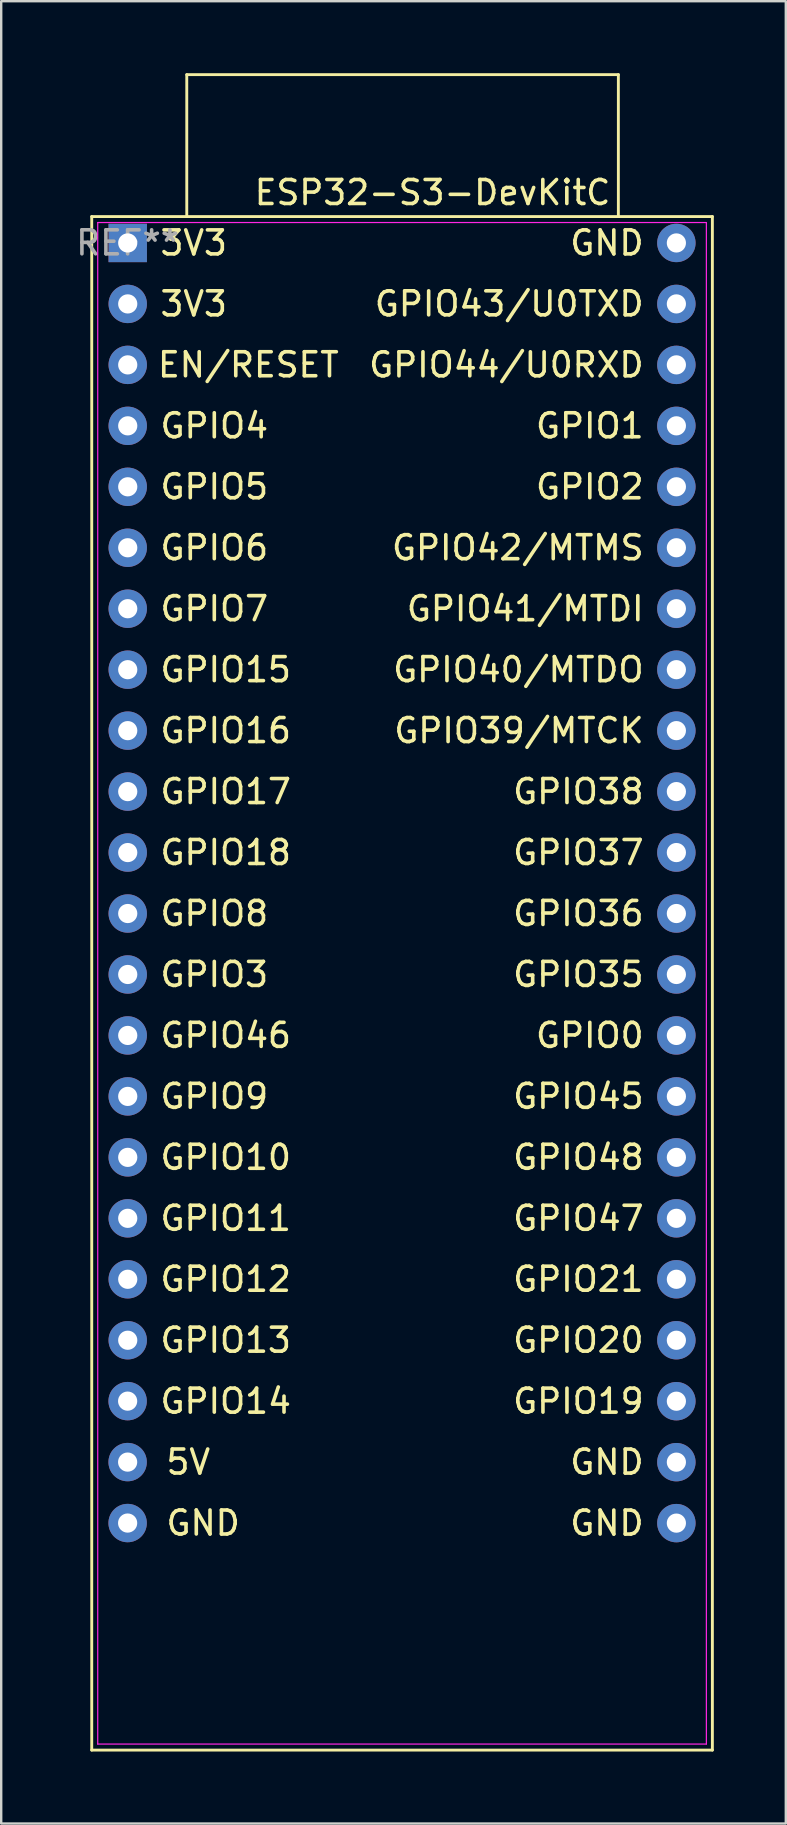
<source format=kicad_pcb>
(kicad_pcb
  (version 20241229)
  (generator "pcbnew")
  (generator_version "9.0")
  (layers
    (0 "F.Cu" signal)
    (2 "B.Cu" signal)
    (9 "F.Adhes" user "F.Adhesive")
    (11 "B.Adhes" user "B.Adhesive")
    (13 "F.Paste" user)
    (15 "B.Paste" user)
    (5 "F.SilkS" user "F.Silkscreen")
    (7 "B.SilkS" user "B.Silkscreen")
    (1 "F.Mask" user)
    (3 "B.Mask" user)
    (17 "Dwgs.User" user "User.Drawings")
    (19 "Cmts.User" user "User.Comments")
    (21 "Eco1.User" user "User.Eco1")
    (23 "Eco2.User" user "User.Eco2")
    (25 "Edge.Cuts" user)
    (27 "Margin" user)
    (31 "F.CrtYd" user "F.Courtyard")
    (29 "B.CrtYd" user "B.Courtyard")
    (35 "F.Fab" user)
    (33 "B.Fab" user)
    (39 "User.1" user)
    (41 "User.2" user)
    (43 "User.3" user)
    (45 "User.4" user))
  (footprint "ESP32-S3-DevKitC"
    (layer "F.Cu")
    (at 2.272 7.073)
    (property "Reference" "ESP32-S3-DevKitC" (at 12.7 -2.1 0) (layer "F.SilkS") (effects (font (size 1 1) (thickness 0.15))))
    (attr through_hole)
    (fp_line (start -1.5 62.797) (end 24.36 62.797) (stroke (width 0.12) (type solid)) (layer "F.SilkS"))
    (fp_line (start -1.5 -1.1) (end -1.5 62.797) (stroke (width 0.12) (type solid)) (layer "F.SilkS"))
    (fp_line (start 2.46 -7.013) (end 20.443 -7.013) (stroke (width 0.12) (type solid)) (layer "F.SilkS"))
    (fp_line (start 2.46 -1.12) (end 2.46 -7.013) (stroke (width 0.12) (type solid)) (layer "F.SilkS"))
    (fp_line (start 20.443 -7.013) (end 20.443 -1.12) (stroke (width 0.12) (type solid)) (layer "F.SilkS"))
    (fp_line (start 24.36 62.797) (end 24.36 -1.1) (stroke (width 0.12) (type solid)) (layer "F.SilkS"))
    (fp_line (start 24.36 -1.1) (end -1.5 -1.1) (stroke (width 0.12) (type solid)) (layer "F.SilkS"))
    (fp_line (start -1.25 -0.85) (end 24.11 -0.85) (stroke (width 0.05) (type solid)) (layer "F.CrtYd"))
    (fp_line (start -1.25 62.547) (end -1.25 -0.85) (stroke (width 0.05) (type solid)) (layer "F.CrtYd"))
    (fp_line (start 24.11 -0.85) (end 24.11 62.547) (stroke (width 0.05) (type solid)) (layer "F.CrtYd"))
    (fp_line (start 24.11 62.547) (end -1.25 62.547) (stroke (width 0.05) (type solid)) (layer "F.CrtYd"))
    (fp_text user "GPIO20" (at 21.59 45.72 0) (unlocked yes) (layer "F.SilkS") (effects (font (size 1 1) (thickness 0.15)) (justify right)))
    (fp_text user "GPIO12" (at 1.27 43.18 0) (unlocked yes) (layer "F.SilkS") (effects (font (size 1 1) (thickness 0.15)) (justify left)))
    (fp_text user "GPIO10" (at 1.27 38.1 0) (unlocked yes) (layer "F.SilkS") (effects (font (size 1 1) (thickness 0.15)) (justify left)))
    (fp_text user "GND" (at 21.59 50.8 0) (unlocked yes) (layer "F.SilkS") (effects (font (size 1 1) (thickness 0.15)) (justify right)))
    (fp_text user "GPIO48" (at 21.59 38.1 0) (unlocked yes) (layer "F.SilkS") (effects (font (size 1 1) (thickness 0.15)) (justify right)))
    (fp_text user "GPIO37" (at 21.59 25.4 0) (unlocked yes) (layer "F.SilkS") (effects (font (size 1 1) (thickness 0.15)) (justify right)))
    (fp_text user "GPIO42/MTMS" (at 21.59 12.7 0) (unlocked yes) (layer "F.SilkS") (effects (font (size 1 1) (thickness 0.15)) (justify right)))
    (fp_text user "3V3" (at 1.27 2.54 0) (unlocked yes) (layer "F.SilkS") (effects (font (size 1 1) (thickness 0.15)) (justify left)))
    (fp_text user "GPIO39/MTCK" (at 21.59 20.32 0) (unlocked yes) (layer "F.SilkS") (effects (font (size 1 1) (thickness 0.15)) (justify right)))
    (fp_text user "GPIO16" (at 1.27 20.32 0) (unlocked yes) (layer "F.SilkS") (effects (font (size 1 1) (thickness 0.15)) (justify left)))
    (fp_text user "GPIO35" (at 21.59 30.48 0) (unlocked yes) (layer "F.SilkS") (effects (font (size 1 1) (thickness 0.15)) (justify right)))
    (fp_text user "GPIO7" (at 1.27 15.24 0) (unlocked yes) (layer "F.SilkS") (effects (font (size 1 1) (thickness 0.15)) (justify left)))
    (fp_text user "GPIO3" (at 1.27 30.48 0) (unlocked yes) (layer "F.SilkS") (effects (font (size 1 1) (thickness 0.15)) (justify left)))
    (fp_text user "GPIO47" (at 21.59 40.64 0) (unlocked yes) (layer "F.SilkS") (effects (font (size 1 1) (thickness 0.15)) (justify right)))
    (fp_text user "GPIO9" (at 1.27 35.56 0) (unlocked yes) (layer "F.SilkS") (effects (font (size 1 1) (thickness 0.15)) (justify left)))
    (fp_text user "GPIO44/U0RXD" (at 21.59 5.08 0) (unlocked yes) (layer "F.SilkS") (effects (font (size 1 1) (thickness 0.15)) (justify right)))
    (fp_text user "GPIO8" (at 1.27 27.94 0) (unlocked yes) (layer "F.SilkS") (effects (font (size 1 1) (thickness 0.15)) (justify left)))
    (fp_text user "GPIO5" (at 1.27 10.16 0) (unlocked yes) (layer "F.SilkS") (effects (font (size 1 1) (thickness 0.15)) (justify left)))
    (fp_text user "GPIO15" (at 1.27 17.78 0) (unlocked yes) (layer "F.SilkS") (effects (font (size 1 1) (thickness 0.15)) (justify left)))
    (fp_text user "GPIO21" (at 21.59 43.18 0) (unlocked yes) (layer "F.SilkS") (effects (font (size 1 1) (thickness 0.15)) (justify right)))
    (fp_text user "GND" (at 21.59 53.34 0) (unlocked yes) (layer "F.SilkS") (effects (font (size 1 1) (thickness 0.15)) (justify right)))
    (fp_text user "5V" (at 1.52 50.797 0) (unlocked yes) (layer "F.SilkS") (effects (font (size 1 1) (thickness 0.15)) (justify left)))
    (fp_text user "GND" (at 21.59 0 0) (unlocked yes) (layer "F.SilkS") (effects (font (size 1 1) (thickness 0.15)) (justify right)))
    (fp_text user "GPIO13" (at 1.27 45.72 0) (unlocked yes) (layer "F.SilkS") (effects (font (size 1 1) (thickness 0.15)) (justify left)))
    (fp_text user "GPIO4" (at 1.27 7.62 0) (unlocked yes) (layer "F.SilkS") (effects (font (size 1 1) (thickness 0.15)) (justify left)))
    (fp_text user "GPIO6" (at 1.27 12.7 0) (unlocked yes) (layer "F.SilkS") (effects (font (size 1 1) (thickness 0.15)) (justify left)))
    (fp_text user "GPIO38" (at 21.59 22.86 0) (unlocked yes) (layer "F.SilkS") (effects (font (size 1 1) (thickness 0.15)) (justify right)))
    (fp_text user "3V3" (at 1.27 0 0) (unlocked yes) (layer "F.SilkS") (effects (font (size 1 1) (thickness 0.15)) (justify left)))
    (fp_text user "GPIO43/U0TXD" (at 21.59 2.54 0) (unlocked yes) (layer "F.SilkS") (effects (font (size 1 1) (thickness 0.15)) (justify right)))
    (fp_text user "GPIO1" (at 21.59 7.62 0) (unlocked yes) (layer "F.SilkS") (effects (font (size 1 1) (thickness 0.15)) (justify right)))
    (fp_text user "GPIO46" (at 1.27 33.02 0) (unlocked yes) (layer "F.SilkS") (effects (font (size 1 1) (thickness 0.15)) (justify left)))
    (fp_text user "GPIO45" (at 21.59 35.56 0) (unlocked yes) (layer "F.SilkS") (effects (font (size 1 1) (thickness 0.15)) (justify right)))
    (fp_text user "GPIO19" (at 21.59 48.26 0) (unlocked yes) (layer "F.SilkS") (effects (font (size 1 1) (thickness 0.15)) (justify right)))
    (fp_text user "GPIO2" (at 21.59 10.16 0) (unlocked yes) (layer "F.SilkS") (effects (font (size 1 1) (thickness 0.15)) (justify right)))
    (fp_text user "GPIO11" (at 1.27 40.64 0) (unlocked yes) (layer "F.SilkS") (effects (font (size 1 1) (thickness 0.15)) (justify left)))
    (fp_text user "GPIO36" (at 21.59 27.94 0) (unlocked yes) (layer "F.SilkS") (effects (font (size 1 1) (thickness 0.15)) (justify right)))
    (fp_text user "GPIO17" (at 1.27 22.86 0) (unlocked yes) (layer "F.SilkS") (effects (font (size 1 1) (thickness 0.15)) (justify left)))
    (fp_text user "GPIO41/MTDI" (at 21.59 15.24 0) (unlocked yes) (layer "F.SilkS") (effects (font (size 1 1) (thickness 0.15)) (justify right)))
    (fp_text user "GPIO18" (at 1.27 25.4 0) (unlocked yes) (layer "F.SilkS") (effects (font (size 1 1) (thickness 0.15)) (justify left)))
    (fp_text user "GPIO40/MTDO" (at 21.59 17.78 0) (unlocked yes) (layer "F.SilkS") (effects (font (size 1 1) (thickness 0.15)) (justify right)))
    (fp_text user "GPIO0" (at 21.59 33.02 0) (unlocked yes) (layer "F.SilkS") (effects (font (size 1 1) (thickness 0.15)) (justify right)))
    (fp_text user "GPIO14" (at 1.27 48.26 0) (unlocked yes) (layer "F.SilkS") (effects (font (size 1 1) (thickness 0.15)) (justify left)))
    (fp_text user "EN/RESET" (at 8.886 5.077 0) (unlocked yes) (layer "F.SilkS") (effects (font (size 1 1) (thickness 0.15)) (justify right)))
    (fp_text user "GND" (at 1.52 53.337 0) (unlocked yes) (layer "F.SilkS") (effects (font (size 1 1) (thickness 0.15)) (justify left)))
    (fp_text user "REF**" (at -0.004 -0.003 0) (layer "F.Fab") (effects (font (size 1 1) (thickness 0.15))))
    (pad "1" thru_hole rect (at 0 0 270) (size 1.6 1.6) (drill 0.8) (layers "*.Cu" "*.Mask"))
    (pad "2" thru_hole oval (at 0 2.54 270) (size 1.6 1.6) (drill 0.8) (layers "*.Cu" "*.Mask"))
    (pad "3" thru_hole oval (at 0 5.08 270) (size 1.6 1.6) (drill 0.8) (layers "*.Cu" "*.Mask"))
    (pad "4" thru_hole oval (at 0 7.62 270) (size 1.6 1.6) (drill 0.8) (layers "*.Cu" "*.Mask"))
    (pad "5" thru_hole oval (at 0 10.16 270) (size 1.6 1.6) (drill 0.8) (layers "*.Cu" "*.Mask"))
    (pad "6" thru_hole oval (at 0 12.7 270) (size 1.6 1.6) (drill 0.8) (layers "*.Cu" "*.Mask"))
    (pad "7" thru_hole oval (at 0 15.24 270) (size 1.6 1.6) (drill 0.8) (layers "*.Cu" "*.Mask"))
    (pad "8" thru_hole oval (at 0 17.78 270) (size 1.6 1.6) (drill 0.8) (layers "*.Cu" "*.Mask"))
    (pad "9" thru_hole oval (at 0 20.32 270) (size 1.6 1.6) (drill 0.8) (layers "*.Cu" "*.Mask"))
    (pad "10" thru_hole oval (at 0 22.86 270) (size 1.6 1.6) (drill 0.8) (layers "*.Cu" "*.Mask"))
    (pad "11" thru_hole oval (at 0 25.4 270) (size 1.6 1.6) (drill 0.8) (layers "*.Cu" "*.Mask"))
    (pad "12" thru_hole oval (at 0 27.94 270) (size 1.6 1.6) (drill 0.8) (layers "*.Cu" "*.Mask"))
    (pad "13" thru_hole oval (at 0 30.48 270) (size 1.6 1.6) (drill 0.8) (layers "*.Cu" "*.Mask"))
    (pad "14" thru_hole oval (at 0 33.02 270) (size 1.6 1.6) (drill 0.8) (layers "*.Cu" "*.Mask"))
    (pad "15" thru_hole oval (at 0 35.56 270) (size 1.6 1.6) (drill 0.8) (layers "*.Cu" "*.Mask"))
    (pad "16" thru_hole oval (at 0 38.1 270) (size 1.6 1.6) (drill 0.8) (layers "*.Cu" "*.Mask"))
    (pad "17" thru_hole oval (at 0 40.64 270) (size 1.6 1.6) (drill 0.8) (layers "*.Cu" "*.Mask"))
    (pad "18" thru_hole oval (at 0 43.18 270) (size 1.6 1.6) (drill 0.8) (layers "*.Cu" "*.Mask"))
    (pad "19" thru_hole oval (at 0 45.72 270) (size 1.6 1.6) (drill 0.8) (layers "*.Cu" "*.Mask"))
    (pad "20" thru_hole oval (at -0.004 48.257 270) (size 1.6 1.6) (drill 0.8) (layers "*.Cu" "*.Mask"))
    (pad "21" thru_hole oval (at -0.004 50.797 270) (size 1.6 1.6) (drill 0.8) (layers "*.Cu" "*.Mask"))
    (pad "22" thru_hole oval (at -0.004 53.337 270) (size 1.6 1.6) (drill 0.8) (layers "*.Cu" "*.Mask"))
    (pad "23" thru_hole oval (at 22.86 53.34 270) (size 1.6 1.6) (drill 0.8) (layers "*.Cu" "*.Mask"))
    (pad "24" thru_hole oval (at 22.86 50.8 270) (size 1.6 1.6) (drill 0.8) (layers "*.Cu" "*.Mask"))
    (pad "25" thru_hole oval (at 22.86 48.26 270) (size 1.6 1.6) (drill 0.8) (layers "*.Cu" "*.Mask"))
    (pad "26" thru_hole oval (at 22.86 45.72 270) (size 1.6 1.6) (drill 0.8) (layers "*.Cu" "*.Mask"))
    (pad "27" thru_hole oval (at 22.86 43.18 270) (size 1.6 1.6) (drill 0.8) (layers "*.Cu" "*.Mask"))
    (pad "28" thru_hole oval (at 22.86 40.64 270) (size 1.6 1.6) (drill 0.8) (layers "*.Cu" "*.Mask"))
    (pad "29" thru_hole oval (at 22.86 38.1 270) (size 1.6 1.6) (drill 0.8) (layers "*.Cu" "*.Mask"))
    (pad "30" thru_hole oval (at 22.86 35.56 270) (size 1.6 1.6) (drill 0.8) (layers "*.Cu" "*.Mask"))
    (pad "31" thru_hole oval (at 22.86 33.02 270) (size 1.6 1.6) (drill 0.8) (layers "*.Cu" "*.Mask"))
    (pad "32" thru_hole oval (at 22.86 30.48 270) (size 1.6 1.6) (drill 0.8) (layers "*.Cu" "*.Mask"))
    (pad "33" thru_hole oval (at 22.86 27.94 270) (size 1.6 1.6) (drill 0.8) (layers "*.Cu" "*.Mask"))
    (pad "34" thru_hole oval (at 22.86 25.4 270) (size 1.6 1.6) (drill 0.8) (layers "*.Cu" "*.Mask"))
    (pad "35" thru_hole oval (at 22.86 22.86 270) (size 1.6 1.6) (drill 0.8) (layers "*.Cu" "*.Mask"))
    (pad "36" thru_hole oval (at 22.86 20.32 270) (size 1.6 1.6) (drill 0.8) (layers "*.Cu" "*.Mask"))
    (pad "37" thru_hole oval (at 22.86 17.78 270) (size 1.6 1.6) (drill 0.8) (layers "*.Cu" "*.Mask"))
    (pad "38" thru_hole oval (at 22.86 15.24 270) (size 1.6 1.6) (drill 0.8) (layers "*.Cu" "*.Mask"))
    (pad "39" thru_hole oval (at 22.86 12.7 270) (size 1.6 1.6) (drill 0.8) (layers "*.Cu" "*.Mask"))
    (pad "40" thru_hole oval (at 22.86 10.16 270) (size 1.6 1.6) (drill 0.8) (layers "*.Cu" "*.Mask"))
    (pad "41" thru_hole oval (at 22.86 7.62 270) (size 1.6 1.6) (drill 0.8) (layers "*.Cu" "*.Mask"))
    (pad "42" thru_hole oval (at 22.86 5.08 270) (size 1.6 1.6) (drill 0.8) (layers "*.Cu" "*.Mask"))
    (pad "43" thru_hole oval (at 22.86 2.54 270) (size 1.6 1.6) (drill 0.8) (layers "*.Cu" "*.Mask"))
    (pad "44" thru_hole oval (at 22.86 0 270) (size 1.6 1.6) (drill 0.8) (layers "*.Cu" "*.Mask")))
  (gr_rect
    (start -3 -3)
    (end 29.692 72.93)
    (stroke (width 0.1) (type default))
    (fill no)
    (layer "Edge.Cuts")))
</source>
